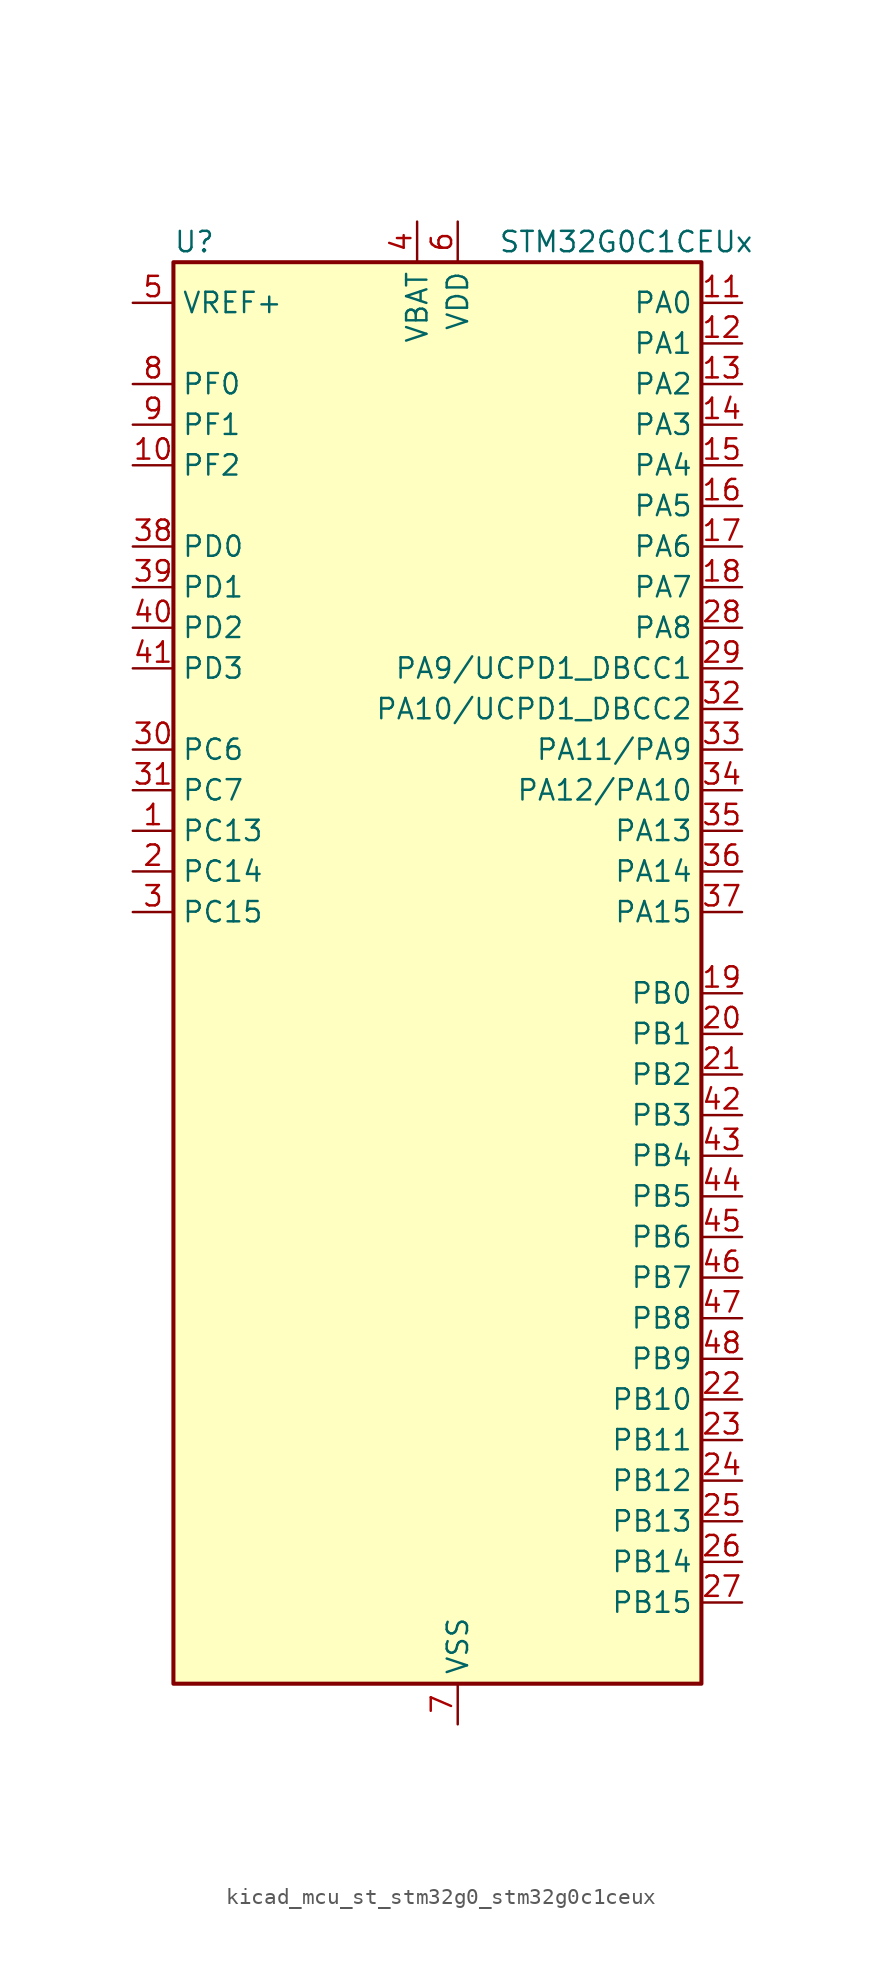
<source format=kicad_sym>
(kicad_symbol_lib
  (version 20220914)
  (generator kicad_symbol_editor)
  (symbol "kicad_mcu_st_stm32g0_stm32g0c1ceux"
    (property "Reference" "U"
      (at -15.24 46.99 0)
      (effects (font (size 1.27 1.27)) (justify left)))
    (property "Value" "STM32G0C1CEUx"
      (at 5.08 46.99 0)
      (effects (font (size 1.27 1.27)) (justify left)))
    (property "ki_locked" ""
      (at 0 0 0)
      (effects (font (size 1.27 1.27))))
    (symbol "kicad_mcu_st_stm32g0_stm32g0c1ceux_0_1"
      (rectangle (start -15.24 -43.18) (end 17.78 45.72) (stroke (width 0.254) (type default)) (fill (type background))))
    (symbol "kicad_mcu_st_stm32g0_stm32g0c1ceux_1_1"
      (pin bidirectional line (at -17.78 10.16 0) (length 2.54) (name "PC13" (effects (font (size 1.27 1.27)))) (number "1" (effects (font (size 1.27 1.27)))) (alternate "RTC_OUT1" bidirectional line) (alternate "RTC_TAMP_IN1" bidirectional line) (alternate "RTC_TS" bidirectional line) (alternate "SYS_WKUP2" bidirectional line) (alternate "TIM1_BK" bidirectional line))
      (pin bidirectional line (at -17.78 33.02 0) (length 2.54) (name "PF2" (effects (font (size 1.27 1.27)))) (number "10" (effects (font (size 1.27 1.27)))) (alternate "LPUART2_DE" bidirectional line) (alternate "LPUART2_RTS" bidirectional line) (alternate "LPUART2_TX" bidirectional line) (alternate "RCC_MCO" bidirectional line))
      (pin bidirectional line (at 20.32 43.18 180) (length 2.54) (name "PA0" (effects (font (size 1.27 1.27)))) (number "11" (effects (font (size 1.27 1.27)))) (alternate "ADC1_IN0" bidirectional line) (alternate "COMP1_INM" bidirectional line) (alternate "COMP1_OUT" bidirectional line) (alternate "I2S2_CK" bidirectional line) (alternate "LPTIM1_OUT" bidirectional line) (alternate "RTC_TAMP_IN2" bidirectional line) (alternate "SPI2_SCK" bidirectional line) (alternate "SYS_WKUP1" bidirectional line) (alternate "TIM2_CH1" bidirectional line) (alternate "TIM2_ETR" bidirectional line) (alternate "UCPD2_FRSTX1" bidirectional line) (alternate "UCPD2_FRSTX2" bidirectional line) (alternate "USART2_CTS" bidirectional line) (alternate "USART2_NSS" bidirectional line) (alternate "USART4_TX" bidirectional line))
      (pin bidirectional line (at 20.32 40.64 180) (length 2.54) (name "PA1" (effects (font (size 1.27 1.27)))) (number "12" (effects (font (size 1.27 1.27)))) (alternate "ADC1_IN1" bidirectional line) (alternate "COMP1_INP" bidirectional line) (alternate "I2C1_SMBA" bidirectional line) (alternate "I2S1_CK" bidirectional line) (alternate "SPI1_SCK" bidirectional line) (alternate "TIM15_CH1N" bidirectional line) (alternate "TIM2_CH2" bidirectional line) (alternate "USART2_CK" bidirectional line) (alternate "USART2_DE" bidirectional line) (alternate "USART2_RTS" bidirectional line) (alternate "USART4_RX" bidirectional line))
      (pin bidirectional line (at 20.32 38.1 180) (length 2.54) (name "PA2" (effects (font (size 1.27 1.27)))) (number "13" (effects (font (size 1.27 1.27)))) (alternate "ADC1_IN2" bidirectional line) (alternate "COMP2_INM" bidirectional line) (alternate "COMP2_OUT" bidirectional line) (alternate "I2S1_SD" bidirectional line) (alternate "LPUART1_TX" bidirectional line) (alternate "RCC_LSCO" bidirectional line) (alternate "SPI1_MOSI" bidirectional line) (alternate "SYS_WKUP4" bidirectional line) (alternate "TIM15_CH1" bidirectional line) (alternate "TIM2_CH3" bidirectional line) (alternate "UCPD1_FRSTX1" bidirectional line) (alternate "UCPD1_FRSTX2" bidirectional line) (alternate "USART2_TX" bidirectional line))
      (pin bidirectional line (at 20.32 35.56 180) (length 2.54) (name "PA3" (effects (font (size 1.27 1.27)))) (number "14" (effects (font (size 1.27 1.27)))) (alternate "ADC1_IN3" bidirectional line) (alternate "COMP2_INP" bidirectional line) (alternate "I2S2_MCK" bidirectional line) (alternate "LPUART1_RX" bidirectional line) (alternate "SPI2_MISO" bidirectional line) (alternate "TIM15_CH2" bidirectional line) (alternate "TIM2_CH4" bidirectional line) (alternate "UCPD2_FRSTX1" bidirectional line) (alternate "UCPD2_FRSTX2" bidirectional line) (alternate "USART2_RX" bidirectional line))
      (pin bidirectional line (at 20.32 33.02 180) (length 2.54) (name "PA4" (effects (font (size 1.27 1.27)))) (number "15" (effects (font (size 1.27 1.27)))) (alternate "ADC1_IN4" bidirectional line) (alternate "DAC1_OUT1" bidirectional line) (alternate "I2S1_WS" bidirectional line) (alternate "I2S2_SD" bidirectional line) (alternate "LPTIM2_OUT" bidirectional line) (alternate "RTC_OUT2" bidirectional line) (alternate "SPI1_NSS" bidirectional line) (alternate "SPI2_MOSI" bidirectional line) (alternate "SPI3_NSS" bidirectional line) (alternate "TIM14_CH1" bidirectional line) (alternate "UCPD2_FRSTX1" bidirectional line) (alternate "UCPD2_FRSTX2" bidirectional line) (alternate "USART6_TX" bidirectional line) (alternate "USB_NOE" bidirectional line))
      (pin bidirectional line (at 20.32 30.48 180) (length 2.54) (name "PA5" (effects (font (size 1.27 1.27)))) (number "16" (effects (font (size 1.27 1.27)))) (alternate "ADC1_IN5" bidirectional line) (alternate "CEC" bidirectional line) (alternate "DAC1_OUT2" bidirectional line) (alternate "I2S1_CK" bidirectional line) (alternate "LPTIM2_ETR" bidirectional line) (alternate "SPI1_SCK" bidirectional line) (alternate "TIM2_CH1" bidirectional line) (alternate "TIM2_ETR" bidirectional line) (alternate "UCPD1_FRSTX1" bidirectional line) (alternate "UCPD1_FRSTX2" bidirectional line) (alternate "USART3_TX" bidirectional line) (alternate "USART6_RX" bidirectional line))
      (pin bidirectional line (at 20.32 27.94 180) (length 2.54) (name "PA6" (effects (font (size 1.27 1.27)))) (number "17" (effects (font (size 1.27 1.27)))) (alternate "ADC1_IN6" bidirectional line) (alternate "COMP1_OUT" bidirectional line) (alternate "I2C2_SDA" bidirectional line) (alternate "I2C3_SDA" bidirectional line) (alternate "I2S1_MCK" bidirectional line) (alternate "LPUART1_CTS" bidirectional line) (alternate "SPI1_MISO" bidirectional line) (alternate "TIM16_CH1" bidirectional line) (alternate "TIM1_BK" bidirectional line) (alternate "TIM3_CH1" bidirectional line) (alternate "USART3_CTS" bidirectional line) (alternate "USART3_NSS" bidirectional line) (alternate "USART6_CTS" bidirectional line) (alternate "USART6_NSS" bidirectional line))
      (pin bidirectional line (at 20.32 25.4 180) (length 2.54) (name "PA7" (effects (font (size 1.27 1.27)))) (number "18" (effects (font (size 1.27 1.27)))) (alternate "ADC1_IN7" bidirectional line) (alternate "COMP2_OUT" bidirectional line) (alternate "I2C2_SCL" bidirectional line) (alternate "I2C3_SCL" bidirectional line) (alternate "I2S1_SD" bidirectional line) (alternate "SPI1_MOSI" bidirectional line) (alternate "TIM14_CH1" bidirectional line) (alternate "TIM17_CH1" bidirectional line) (alternate "TIM1_CH1N" bidirectional line) (alternate "TIM3_CH2" bidirectional line) (alternate "UCPD1_FRSTX1" bidirectional line) (alternate "UCPD1_FRSTX2" bidirectional line) (alternate "USART6_CK" bidirectional line) (alternate "USART6_DE" bidirectional line) (alternate "USART6_RTS" bidirectional line))
      (pin bidirectional line (at 20.32 0 180) (length 2.54) (name "PB0" (effects (font (size 1.27 1.27)))) (number "19" (effects (font (size 1.27 1.27)))) (alternate "ADC1_IN8" bidirectional line) (alternate "COMP1_OUT" bidirectional line) (alternate "COMP3_INP" bidirectional line) (alternate "FDCAN2_RX" bidirectional line) (alternate "I2S1_WS" bidirectional line) (alternate "LPTIM1_OUT" bidirectional line) (alternate "LPUART2_CTS" bidirectional line) (alternate "SPI1_NSS" bidirectional line) (alternate "TIM1_CH2N" bidirectional line) (alternate "TIM3_CH3" bidirectional line) (alternate "UCPD1_FRSTX1" bidirectional line) (alternate "UCPD1_FRSTX2" bidirectional line) (alternate "USART3_RX" bidirectional line) (alternate "USART5_TX" bidirectional line))
      (pin bidirectional line (at -17.78 7.62 0) (length 2.54) (name "PC14" (effects (font (size 1.27 1.27)))) (number "2" (effects (font (size 1.27 1.27)))) (alternate "RCC_OSC32_IN" bidirectional line) (alternate "TIM1_BK2" bidirectional line))
      (pin bidirectional line (at 20.32 -2.54 180) (length 2.54) (name "PB1" (effects (font (size 1.27 1.27)))) (number "20" (effects (font (size 1.27 1.27)))) (alternate "ADC1_IN9" bidirectional line) (alternate "COMP1_INM" bidirectional line) (alternate "COMP3_OUT" bidirectional line) (alternate "FDCAN2_TX" bidirectional line) (alternate "LPTIM2_IN1" bidirectional line) (alternate "LPUART1_DE" bidirectional line) (alternate "LPUART1_RTS" bidirectional line) (alternate "LPUART2_DE" bidirectional line) (alternate "LPUART2_RTS" bidirectional line) (alternate "TIM14_CH1" bidirectional line) (alternate "TIM1_CH3N" bidirectional line) (alternate "TIM3_CH4" bidirectional line) (alternate "USART3_CK" bidirectional line) (alternate "USART3_DE" bidirectional line) (alternate "USART3_RTS" bidirectional line) (alternate "USART5_RX" bidirectional line))
      (pin bidirectional line (at 20.32 -5.08 180) (length 2.54) (name "PB2" (effects (font (size 1.27 1.27)))) (number "21" (effects (font (size 1.27 1.27)))) (alternate "ADC1_IN10" bidirectional line) (alternate "COMP1_INP" bidirectional line) (alternate "COMP3_INM" bidirectional line) (alternate "I2S2_MCK" bidirectional line) (alternate "LPTIM1_OUT" bidirectional line) (alternate "RCC_MCO_2" bidirectional line) (alternate "SPI2_MISO" bidirectional line) (alternate "USART3_TX" bidirectional line))
      (pin bidirectional line (at 20.32 -25.4 180) (length 2.54) (name "PB10" (effects (font (size 1.27 1.27)))) (number "22" (effects (font (size 1.27 1.27)))) (alternate "ADC1_IN11" bidirectional line) (alternate "CEC" bidirectional line) (alternate "COMP1_OUT" bidirectional line) (alternate "I2C2_SCL" bidirectional line) (alternate "I2S2_CK" bidirectional line) (alternate "LPUART1_RX" bidirectional line) (alternate "SPI2_SCK" bidirectional line) (alternate "TIM2_CH3" bidirectional line) (alternate "USART3_TX" bidirectional line))
      (pin bidirectional line (at 20.32 -27.94 180) (length 2.54) (name "PB11" (effects (font (size 1.27 1.27)))) (number "23" (effects (font (size 1.27 1.27)))) (alternate "ADC1_EXTI11" bidirectional line) (alternate "ADC1_IN15" bidirectional line) (alternate "COMP2_OUT" bidirectional line) (alternate "I2C2_SDA" bidirectional line) (alternate "I2S2_SD" bidirectional line) (alternate "LPUART1_TX" bidirectional line) (alternate "SPI2_MOSI" bidirectional line) (alternate "TIM2_CH4" bidirectional line) (alternate "USART3_RX" bidirectional line))
      (pin bidirectional line (at 20.32 -30.48 180) (length 2.54) (name "PB12" (effects (font (size 1.27 1.27)))) (number "24" (effects (font (size 1.27 1.27)))) (alternate "ADC1_IN16" bidirectional line) (alternate "FDCAN2_RX" bidirectional line) (alternate "I2C2_SMBA" bidirectional line) (alternate "I2S2_WS" bidirectional line) (alternate "LPUART1_DE" bidirectional line) (alternate "LPUART1_RTS" bidirectional line) (alternate "SPI2_NSS" bidirectional line) (alternate "TIM15_BK" bidirectional line) (alternate "TIM1_BK" bidirectional line) (alternate "UCPD2_FRSTX1" bidirectional line) (alternate "UCPD2_FRSTX2" bidirectional line))
      (pin bidirectional line (at 20.32 -33.02 180) (length 2.54) (name "PB13" (effects (font (size 1.27 1.27)))) (number "25" (effects (font (size 1.27 1.27)))) (alternate "FDCAN2_TX" bidirectional line) (alternate "I2C2_SCL" bidirectional line) (alternate "I2S2_CK" bidirectional line) (alternate "LPUART1_CTS" bidirectional line) (alternate "SPI2_SCK" bidirectional line) (alternate "TIM15_CH1N" bidirectional line) (alternate "TIM1_CH1N" bidirectional line) (alternate "USART3_CTS" bidirectional line) (alternate "USART3_NSS" bidirectional line))
      (pin bidirectional line (at 20.32 -35.56 180) (length 2.54) (name "PB14" (effects (font (size 1.27 1.27)))) (number "26" (effects (font (size 1.27 1.27)))) (alternate "I2C2_SDA" bidirectional line) (alternate "I2S2_MCK" bidirectional line) (alternate "SPI2_MISO" bidirectional line) (alternate "TIM15_CH1" bidirectional line) (alternate "TIM1_CH2N" bidirectional line) (alternate "UCPD1_FRSTX1" bidirectional line) (alternate "UCPD1_FRSTX2" bidirectional line) (alternate "USART3_CK" bidirectional line) (alternate "USART3_DE" bidirectional line) (alternate "USART3_RTS" bidirectional line) (alternate "USART6_CK" bidirectional line) (alternate "USART6_DE" bidirectional line) (alternate "USART6_RTS" bidirectional line))
      (pin bidirectional line (at 20.32 -38.1 180) (length 2.54) (name "PB15" (effects (font (size 1.27 1.27)))) (number "27" (effects (font (size 1.27 1.27)))) (alternate "I2S2_SD" bidirectional line) (alternate "RTC_REFIN" bidirectional line) (alternate "SPI2_MOSI" bidirectional line) (alternate "TIM15_CH1N" bidirectional line) (alternate "TIM15_CH2" bidirectional line) (alternate "TIM1_CH3N" bidirectional line) (alternate "UCPD1_CC2" bidirectional line) (alternate "USART6_CTS" bidirectional line) (alternate "USART6_NSS" bidirectional line))
      (pin bidirectional line (at 20.32 22.86 180) (length 2.54) (name "PA8" (effects (font (size 1.27 1.27)))) (number "28" (effects (font (size 1.27 1.27)))) (alternate "CRS1_SYNC" bidirectional line) (alternate "I2C2_SMBA" bidirectional line) (alternate "I2S2_WS" bidirectional line) (alternate "LPTIM2_OUT" bidirectional line) (alternate "RCC_MCO" bidirectional line) (alternate "SPI2_NSS" bidirectional line) (alternate "TIM1_CH1" bidirectional line) (alternate "UCPD1_CC1" bidirectional line))
      (pin bidirectional line (at 20.32 20.32 180) (length 2.54) (name "PA9/UCPD1_DBCC1" (effects (font (size 1.27 1.27)))) (number "29" (effects (font (size 1.27 1.27)))) (alternate "DAC1_EXTI9" bidirectional line) (alternate "I2C1_SCL" bidirectional line) (alternate "I2C2_SCL" bidirectional line) (alternate "I2S2_MCK" bidirectional line) (alternate "RCC_MCO" bidirectional line) (alternate "SPI2_MISO" bidirectional line) (alternate "TIM15_BK" bidirectional line) (alternate "TIM1_CH2" bidirectional line) (alternate "UCPD1_DBCC1" bidirectional line) (alternate "USART1_TX" bidirectional line))
      (pin bidirectional line (at -17.78 5.08 0) (length 2.54) (name "PC15" (effects (font (size 1.27 1.27)))) (number "3" (effects (font (size 1.27 1.27)))) (alternate "RCC_OSC32_EN" bidirectional line) (alternate "RCC_OSC32_OUT" bidirectional line) (alternate "RCC_OSC_EN" bidirectional line) (alternate "TIM15_BK" bidirectional line))
      (pin bidirectional line (at -17.78 15.24 0) (length 2.54) (name "PC6" (effects (font (size 1.27 1.27)))) (number "30" (effects (font (size 1.27 1.27)))) (alternate "LPUART2_TX" bidirectional line) (alternate "TIM2_CH3" bidirectional line) (alternate "TIM3_CH1" bidirectional line) (alternate "UCPD1_FRSTX1" bidirectional line) (alternate "UCPD1_FRSTX2" bidirectional line))
      (pin bidirectional line (at -17.78 12.7 0) (length 2.54) (name "PC7" (effects (font (size 1.27 1.27)))) (number "31" (effects (font (size 1.27 1.27)))) (alternate "LPUART2_RX" bidirectional line) (alternate "TIM2_CH4" bidirectional line) (alternate "TIM3_CH2" bidirectional line) (alternate "UCPD2_FRSTX1" bidirectional line) (alternate "UCPD2_FRSTX2" bidirectional line))
      (pin bidirectional line (at 20.32 17.78 180) (length 2.54) (name "PA10/UCPD1_DBCC2" (effects (font (size 1.27 1.27)))) (number "32" (effects (font (size 1.27 1.27)))) (alternate "I2C1_SDA" bidirectional line) (alternate "I2C2_SDA" bidirectional line) (alternate "I2S2_SD" bidirectional line) (alternate "RCC_MCO_2" bidirectional line) (alternate "SPI2_MOSI" bidirectional line) (alternate "TIM17_BK" bidirectional line) (alternate "TIM1_CH3" bidirectional line) (alternate "UCPD1_DBCC2" bidirectional line) (alternate "USART1_RX" bidirectional line))
      (pin bidirectional line (at 20.32 15.24 180) (length 2.54) (name "PA11/PA9" (effects (font (size 1.27 1.27)))) (number "33" (effects (font (size 1.27 1.27)))) (alternate "ADC1_EXTI11" bidirectional line) (alternate "COMP1_OUT" bidirectional line) (alternate "FDCAN1_RX" bidirectional line) (alternate "I2C2_SCL" bidirectional line) (alternate "I2S1_MCK" bidirectional line) (alternate "SPI1_MISO" bidirectional line) (alternate "TIM1_BK2" bidirectional line) (alternate "TIM1_CH4" bidirectional line) (alternate "USART1_CTS" bidirectional line) (alternate "USART1_NSS" bidirectional line) (alternate "USB_DM" bidirectional line))
      (pin bidirectional line (at 20.32 12.7 180) (length 2.54) (name "PA12/PA10" (effects (font (size 1.27 1.27)))) (number "34" (effects (font (size 1.27 1.27)))) (alternate "COMP2_OUT" bidirectional line) (alternate "FDCAN1_TX" bidirectional line) (alternate "I2C2_SDA" bidirectional line) (alternate "I2S1_SD" bidirectional line) (alternate "I2S_CKIN" bidirectional line) (alternate "SPI1_MOSI" bidirectional line) (alternate "TIM1_ETR" bidirectional line) (alternate "USART1_CK" bidirectional line) (alternate "USART1_DE" bidirectional line) (alternate "USART1_RTS" bidirectional line) (alternate "USB_DP" bidirectional line))
      (pin bidirectional line (at 20.32 10.16 180) (length 2.54) (name "PA13" (effects (font (size 1.27 1.27)))) (number "35" (effects (font (size 1.27 1.27)))) (alternate "IR_OUT" bidirectional line) (alternate "LPUART2_RX" bidirectional line) (alternate "SYS_SWDIO" bidirectional line) (alternate "USB_NOE" bidirectional line))
      (pin bidirectional line (at 20.32 7.62 180) (length 2.54) (name "PA14" (effects (font (size 1.27 1.27)))) (number "36" (effects (font (size 1.27 1.27)))) (alternate "LPUART2_TX" bidirectional line) (alternate "SYS_SWCLK" bidirectional line) (alternate "USART2_TX" bidirectional line))
      (pin bidirectional line (at 20.32 5.08 180) (length 2.54) (name "PA15" (effects (font (size 1.27 1.27)))) (number "37" (effects (font (size 1.27 1.27)))) (alternate "I2C2_SMBA" bidirectional line) (alternate "I2S1_WS" bidirectional line) (alternate "RCC_MCO_2" bidirectional line) (alternate "SPI1_NSS" bidirectional line) (alternate "SPI3_NSS" bidirectional line) (alternate "TIM2_CH1" bidirectional line) (alternate "TIM2_ETR" bidirectional line) (alternate "USART2_RX" bidirectional line) (alternate "USART3_CK" bidirectional line) (alternate "USART3_DE" bidirectional line) (alternate "USART3_RTS" bidirectional line) (alternate "USART4_CK" bidirectional line) (alternate "USART4_DE" bidirectional line) (alternate "USART4_RTS" bidirectional line) (alternate "USB_NOE" bidirectional line))
      (pin bidirectional line (at -17.78 27.94 0) (length 2.54) (name "PD0" (effects (font (size 1.27 1.27)))) (number "38" (effects (font (size 1.27 1.27)))) (alternate "FDCAN1_RX" bidirectional line) (alternate "I2S2_WS" bidirectional line) (alternate "SPI2_NSS" bidirectional line) (alternate "TIM16_CH1" bidirectional line) (alternate "UCPD2_CC1" bidirectional line))
      (pin bidirectional line (at -17.78 25.4 0) (length 2.54) (name "PD1" (effects (font (size 1.27 1.27)))) (number "39" (effects (font (size 1.27 1.27)))) (alternate "FDCAN1_TX" bidirectional line) (alternate "I2S2_CK" bidirectional line) (alternate "SPI2_SCK" bidirectional line) (alternate "TIM17_CH1" bidirectional line) (alternate "UCPD2_DBCC1" bidirectional line))
      (pin power_in line (at 0 48.26 270) (length 2.54) (name "VBAT" (effects (font (size 1.27 1.27)))) (number "4" (effects (font (size 1.27 1.27)))))
      (pin bidirectional line (at -17.78 22.86 0) (length 2.54) (name "PD2" (effects (font (size 1.27 1.27)))) (number "40" (effects (font (size 1.27 1.27)))) (alternate "TIM1_CH1N" bidirectional line) (alternate "TIM3_ETR" bidirectional line) (alternate "UCPD2_CC2" bidirectional line) (alternate "USART3_CK" bidirectional line) (alternate "USART3_DE" bidirectional line) (alternate "USART3_RTS" bidirectional line) (alternate "USART5_RX" bidirectional line))
      (pin bidirectional line (at -17.78 20.32 0) (length 2.54) (name "PD3" (effects (font (size 1.27 1.27)))) (number "41" (effects (font (size 1.27 1.27)))) (alternate "I2S2_MCK" bidirectional line) (alternate "SPI2_MISO" bidirectional line) (alternate "TIM1_CH2N" bidirectional line) (alternate "UCPD2_DBCC2" bidirectional line) (alternate "USART2_CTS" bidirectional line) (alternate "USART2_NSS" bidirectional line) (alternate "USART5_TX" bidirectional line))
      (pin bidirectional line (at 20.32 -7.62 180) (length 2.54) (name "PB3" (effects (font (size 1.27 1.27)))) (number "42" (effects (font (size 1.27 1.27)))) (alternate "COMP2_INM" bidirectional line) (alternate "I2C2_SCL" bidirectional line) (alternate "I2C3_SCL" bidirectional line) (alternate "I2S1_CK" bidirectional line) (alternate "SPI1_SCK" bidirectional line) (alternate "SPI3_SCK" bidirectional line) (alternate "TIM1_CH2" bidirectional line) (alternate "TIM2_CH2" bidirectional line) (alternate "USART1_CK" bidirectional line) (alternate "USART1_DE" bidirectional line) (alternate "USART1_RTS" bidirectional line) (alternate "USART5_TX" bidirectional line))
      (pin bidirectional line (at 20.32 -10.16 180) (length 2.54) (name "PB4" (effects (font (size 1.27 1.27)))) (number "43" (effects (font (size 1.27 1.27)))) (alternate "COMP2_INP" bidirectional line) (alternate "I2C2_SDA" bidirectional line) (alternate "I2C3_SDA" bidirectional line) (alternate "I2S1_MCK" bidirectional line) (alternate "SPI1_MISO" bidirectional line) (alternate "SPI3_MISO" bidirectional line) (alternate "TIM17_BK" bidirectional line) (alternate "TIM3_CH1" bidirectional line) (alternate "USART1_CTS" bidirectional line) (alternate "USART1_NSS" bidirectional line) (alternate "USART5_RX" bidirectional line))
      (pin bidirectional line (at 20.32 -12.7 180) (length 2.54) (name "PB5" (effects (font (size 1.27 1.27)))) (number "44" (effects (font (size 1.27 1.27)))) (alternate "COMP2_OUT" bidirectional line) (alternate "FDCAN2_RX" bidirectional line) (alternate "I2C1_SMBA" bidirectional line) (alternate "I2S1_SD" bidirectional line) (alternate "LPTIM1_IN1" bidirectional line) (alternate "SPI1_MOSI" bidirectional line) (alternate "SPI3_MOSI" bidirectional line) (alternate "SYS_WKUP6" bidirectional line) (alternate "TIM16_BK" bidirectional line) (alternate "TIM3_CH2" bidirectional line) (alternate "USART5_CK" bidirectional line) (alternate "USART5_DE" bidirectional line) (alternate "USART5_RTS" bidirectional line))
      (pin bidirectional line (at 20.32 -15.24 180) (length 2.54) (name "PB6" (effects (font (size 1.27 1.27)))) (number "45" (effects (font (size 1.27 1.27)))) (alternate "COMP2_INP" bidirectional line) (alternate "FDCAN2_TX" bidirectional line) (alternate "I2C1_SCL" bidirectional line) (alternate "I2S2_MCK" bidirectional line) (alternate "LPTIM1_ETR" bidirectional line) (alternate "LPUART2_TX" bidirectional line) (alternate "SPI2_MISO" bidirectional line) (alternate "TIM16_CH1N" bidirectional line) (alternate "TIM1_CH3" bidirectional line) (alternate "TIM4_CH1" bidirectional line) (alternate "USART1_TX" bidirectional line) (alternate "USART5_CTS" bidirectional line) (alternate "USART5_NSS" bidirectional line))
      (pin bidirectional line (at 20.32 -17.78 180) (length 2.54) (name "PB7" (effects (font (size 1.27 1.27)))) (number "46" (effects (font (size 1.27 1.27)))) (alternate "COMP2_INM" bidirectional line) (alternate "I2C1_SDA" bidirectional line) (alternate "I2S2_SD" bidirectional line) (alternate "LPTIM1_IN2" bidirectional line) (alternate "LPUART2_RX" bidirectional line) (alternate "SPI2_MOSI" bidirectional line) (alternate "SYS_PVD_IN" bidirectional line) (alternate "TIM17_CH1N" bidirectional line) (alternate "TIM4_CH2" bidirectional line) (alternate "USART1_RX" bidirectional line) (alternate "USART4_CTS" bidirectional line) (alternate "USART4_NSS" bidirectional line))
      (pin bidirectional line (at 20.32 -20.32 180) (length 2.54) (name "PB8" (effects (font (size 1.27 1.27)))) (number "47" (effects (font (size 1.27 1.27)))) (alternate "CEC" bidirectional line) (alternate "FDCAN1_RX" bidirectional line) (alternate "I2C1_SCL" bidirectional line) (alternate "I2S2_CK" bidirectional line) (alternate "SPI2_SCK" bidirectional line) (alternate "TIM15_BK" bidirectional line) (alternate "TIM16_CH1" bidirectional line) (alternate "TIM4_CH3" bidirectional line) (alternate "USART3_TX" bidirectional line) (alternate "USART6_TX" bidirectional line))
      (pin bidirectional line (at 20.32 -22.86 180) (length 2.54) (name "PB9" (effects (font (size 1.27 1.27)))) (number "48" (effects (font (size 1.27 1.27)))) (alternate "DAC1_EXTI9" bidirectional line) (alternate "FDCAN1_TX" bidirectional line) (alternate "I2C1_SDA" bidirectional line) (alternate "I2S2_WS" bidirectional line) (alternate "IR_OUT" bidirectional line) (alternate "SPI2_NSS" bidirectional line) (alternate "TIM17_CH1" bidirectional line) (alternate "TIM4_CH4" bidirectional line) (alternate "UCPD2_FRSTX1" bidirectional line) (alternate "UCPD2_FRSTX2" bidirectional line) (alternate "USART3_RX" bidirectional line) (alternate "USART6_RX" bidirectional line))
      (pin passive line (at 2.54 -45.72 90) (length 2.54) hide (name "VSS" (effects (font (size 1.27 1.27)))) (number "49" (effects (font (size 1.27 1.27)))))
      (pin input line (at -17.78 43.18 0) (length 2.54) (name "VREF+" (effects (font (size 1.27 1.27)))) (number "5" (effects (font (size 1.27 1.27)))) (alternate "VREFBUF_OUT" bidirectional line))
      (pin power_in line (at 2.54 48.26 270) (length 2.54) (name "VDD" (effects (font (size 1.27 1.27)))) (number "6" (effects (font (size 1.27 1.27)))))
      (pin power_in line (at 2.54 -45.72 90) (length 2.54) (name "VSS" (effects (font (size 1.27 1.27)))) (number "7" (effects (font (size 1.27 1.27)))))
      (pin bidirectional line (at -17.78 38.1 0) (length 2.54) (name "PF0" (effects (font (size 1.27 1.27)))) (number "8" (effects (font (size 1.27 1.27)))) (alternate "CRS1_SYNC" bidirectional line) (alternate "RCC_OSC_IN" bidirectional line) (alternate "TIM14_CH1" bidirectional line))
      (pin bidirectional line (at -17.78 35.56 0) (length 2.54) (name "PF1" (effects (font (size 1.27 1.27)))) (number "9" (effects (font (size 1.27 1.27)))) (alternate "RCC_OSC_EN" bidirectional line) (alternate "RCC_OSC_OUT" bidirectional line) (alternate "TIM15_CH1N" bidirectional line)))))
</source>
